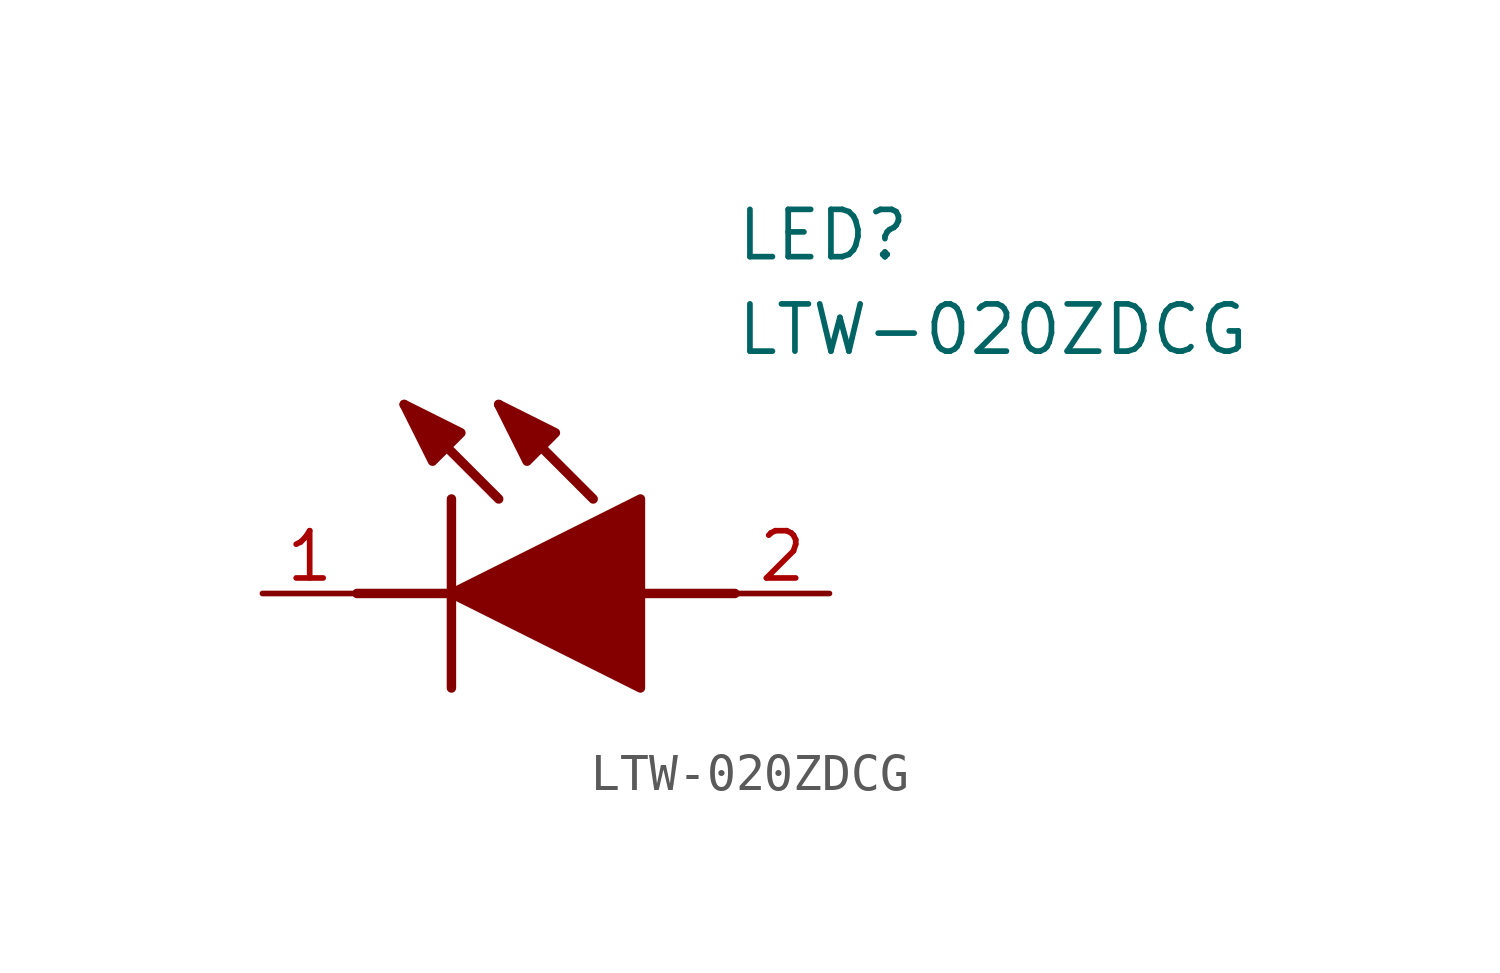
<source format=kicad_sym>
(kicad_symbol_lib
  (version 20211014)
  (generator SamacSys_ECAD_Model)
  (symbol "LTW-020ZDCG"
    (pin_names hide)
    (property "Reference" "LED"
      (at 12.7 8.89 0)
      (effects (font (size 1.27 1.27)) (justify left bottom)))
    (property "Value" "LTW-020ZDCG"
      (at 12.7 6.35 0)
      (effects (font (size 1.27 1.27)) (justify left bottom)))
    (polyline
      (pts (xy 5.08 2.54) (xy 5.08 -2.54))
      (stroke (width 0.254) (type default))
      (fill (type none)))
    (polyline
      (pts (xy 6.35 2.54) (xy 3.81 5.08))
      (stroke (width 0.254) (type default))
      (fill (type none)))
    (polyline
      (pts (xy 8.89 2.54) (xy 6.35 5.08))
      (stroke (width 0.254) (type default))
      (fill (type none)))
    (polyline
      (pts (xy 2.54 0) (xy 5.08 0))
      (stroke (width 0.254) (type default))
      (fill (type none)))
    (polyline
      (pts (xy 10.16 0) (xy 12.7 0))
      (stroke (width 0.254) (type default))
      (fill (type none)))
    (polyline
      (pts (xy 5.08 0) (xy 10.16 2.54) (xy 10.16 -2.54) (xy 5.08 0))
      (stroke (width 0.254) (type default))
      (fill (type outline)))
    (polyline
      (pts (xy 5.334 4.318) (xy 4.572 3.556) (xy 3.81 5.08) (xy 5.334 4.318))
      (stroke (width 0.254) (type default))
      (fill (type outline)))
    (polyline
      (pts (xy 7.874 4.318) (xy 7.112 3.556) (xy 6.35 5.08) (xy 7.874 4.318))
      (stroke (width 0.254) (type default))
      (fill (type outline)))
    (pin passive line
      (at 0 0 0)
      (length 2.54)
      (name "K" (effects (font (size 1.27 1.27))))
      (number "1" (effects (font (size 1.27 1.27)))))
    (pin passive line
      (at 15.24 0 180)
      (length 2.54)
      (name "A" (effects (font (size 1.27 1.27))))
      (number "2" (effects (font (size 1.27 1.27)))))))
</source>
